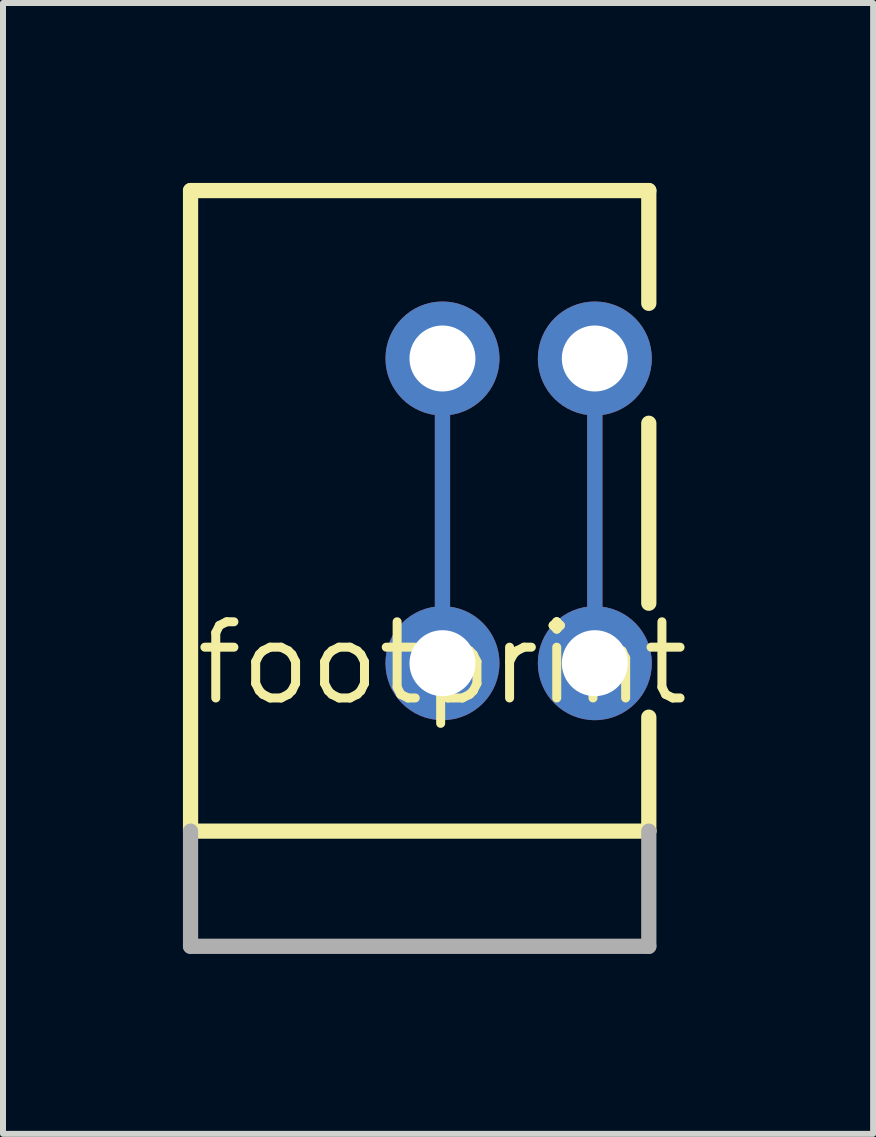
<source format=kicad_pcb>
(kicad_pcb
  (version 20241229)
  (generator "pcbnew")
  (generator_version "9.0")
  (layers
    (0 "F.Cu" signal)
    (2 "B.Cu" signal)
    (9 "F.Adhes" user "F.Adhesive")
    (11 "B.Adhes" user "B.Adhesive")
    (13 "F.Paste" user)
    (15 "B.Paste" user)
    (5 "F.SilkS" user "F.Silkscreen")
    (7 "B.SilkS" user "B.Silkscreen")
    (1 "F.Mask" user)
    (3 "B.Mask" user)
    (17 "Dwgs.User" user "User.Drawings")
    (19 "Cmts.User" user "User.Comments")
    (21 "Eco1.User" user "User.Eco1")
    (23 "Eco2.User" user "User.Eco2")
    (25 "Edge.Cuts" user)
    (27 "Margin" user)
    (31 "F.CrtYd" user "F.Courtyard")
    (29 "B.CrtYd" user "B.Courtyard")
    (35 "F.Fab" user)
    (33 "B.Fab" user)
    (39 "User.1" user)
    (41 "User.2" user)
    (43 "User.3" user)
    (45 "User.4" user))
  (footprint "footprint"
    (layer "F.Cu")
    (at 4.327 8.007)
    (property "Reference" "footprint" (at 0 0 0) (layer "F.SilkS") (effects (font (size 1.27 1.27) (thickness 0.15))))
    (fp_line (start 0 0) (end 0 -5.08) (stroke (width 0.254) (type solid)) (layer "F.Cu"))
    (fp_line (start 2.54 0) (end 2.54 -5.08) (stroke (width 0.254) (type solid)) (layer "F.Cu"))
    (fp_line (start 0 0) (end 0 -5.08) (stroke (width 0.254) (type solid)) (layer "B.Cu"))
    (fp_line (start 2.54 0) (end 2.54 -5.08) (stroke (width 0.254) (type solid)) (layer "B.Cu"))
    (fp_line (start -4.2 -7.88) (end -4.2 2.8) (stroke (width 0.254) (type solid)) (layer "F.SilkS"))
    (fp_line (start -4.2 2.8) (end 3.44 2.8) (stroke (width 0.254) (type solid)) (layer "F.SilkS"))
    (fp_line (start 3.44 -7.88) (end -4.2 -7.88) (stroke (width 0.254) (type solid)) (layer "F.SilkS"))
    (fp_line (start 3.44 -7.88) (end 3.44 -6) (stroke (width 0.254) (type solid)) (layer "F.SilkS"))
    (fp_line (start 3.44 -4) (end 3.44 -1) (stroke (width 0.254) (type solid)) (layer "F.SilkS"))
    (fp_line (start 3.44 0.9) (end 3.44 2.8) (stroke (width 0.254) (type solid)) (layer "F.SilkS"))
    (fp_line (start -4.2 2.8) (end -4.2 4.72) (stroke (width 0.254) (type solid)) (layer "F.Fab"))
    (fp_line (start -4.2 4.72) (end 3.44 4.72) (stroke (width 0.254) (type solid)) (layer "F.Fab"))
    (fp_line (start 3.44 4.72) (end 3.44 2.8) (stroke (width 0.254) (type solid)) (layer "F.Fab"))
    (pad "1" thru_hole circle (at 0 0) (size 1.9 1.9) (drill 1.1) (layers "*.Cu" "*.Mask"))
    (pad "2" thru_hole circle (at 2.54 0) (size 1.9 1.9) (drill 1.1) (layers "*.Cu" "*.Mask"))
    (pad "P$2" thru_hole circle (at 0 -5.08) (size 1.9 1.9) (drill 1.1) (layers "*.Cu" "*.Mask"))
    (pad "P$3" thru_hole circle (at 2.54 -5.08) (size 1.9 1.9) (drill 1.1) (layers "*.Cu" "*.Mask")))
  (gr_rect
    (start -3 -3)
    (end 11.507 15.854)
    (stroke (width 0.1) (type default))
    (fill no)
    (layer "Edge.Cuts")))
</source>
